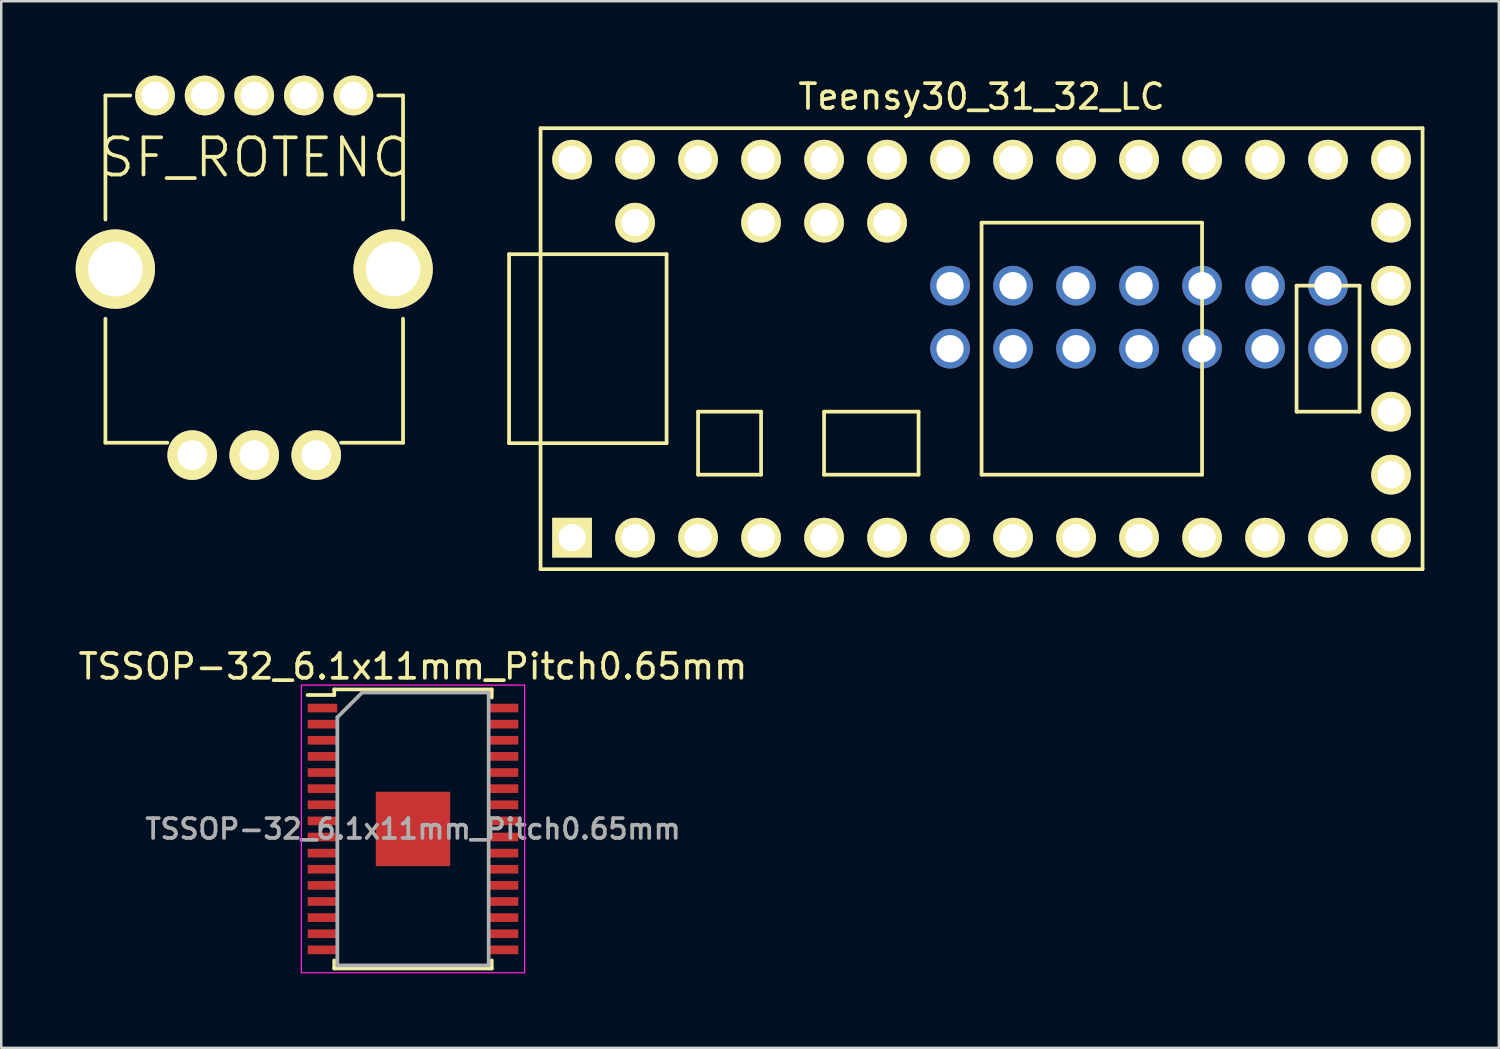
<source format=kicad_pcb>
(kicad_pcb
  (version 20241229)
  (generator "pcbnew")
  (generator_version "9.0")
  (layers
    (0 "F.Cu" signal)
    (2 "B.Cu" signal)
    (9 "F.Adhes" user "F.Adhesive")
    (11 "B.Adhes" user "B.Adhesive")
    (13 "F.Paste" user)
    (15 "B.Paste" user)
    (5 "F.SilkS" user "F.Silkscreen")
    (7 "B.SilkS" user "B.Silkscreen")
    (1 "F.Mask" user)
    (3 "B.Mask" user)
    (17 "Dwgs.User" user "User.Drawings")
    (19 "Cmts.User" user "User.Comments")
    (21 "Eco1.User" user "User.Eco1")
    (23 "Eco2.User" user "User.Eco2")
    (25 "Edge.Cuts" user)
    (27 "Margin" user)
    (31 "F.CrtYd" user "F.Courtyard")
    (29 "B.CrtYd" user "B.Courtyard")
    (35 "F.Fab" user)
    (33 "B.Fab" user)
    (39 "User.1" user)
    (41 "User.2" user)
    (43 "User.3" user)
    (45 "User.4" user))
  (footprint "SF_ROTENC"
    (layer "F.Cu")
    (at 7.2 0.8)
    (property "Reference" "SF_ROTENC" (at 0 2.5 0) (layer "F.SilkS") (effects (font (size 1.5 1.5) (thickness 0.15))))
    (attr through_hole)
    (fp_line (start -6 0) (end -6 5) (stroke (width 0.15) (type solid)) (layer "F.SilkS"))
    (fp_line (start -6 9) (end -6 14) (stroke (width 0.15) (type solid)) (layer "F.SilkS"))
    (fp_line (start -6 14) (end -3.5 14) (stroke (width 0.15) (type solid)) (layer "F.SilkS"))
    (fp_line (start -5 0) (end -6 0) (stroke (width 0.15) (type solid)) (layer "F.SilkS"))
    (fp_line (start 3.5 14) (end 6 14) (stroke (width 0.15) (type solid)) (layer "F.SilkS"))
    (fp_line (start 6 0) (end 5 0) (stroke (width 0.15) (type solid)) (layer "F.SilkS"))
    (fp_line (start 6 5) (end 6 0) (stroke (width 0.15) (type solid)) (layer "F.SilkS"))
    (fp_line (start 6 14) (end 6 9) (stroke (width 0.15) (type solid)) (layer "F.SilkS"))
    (pad "" thru_hole circle (at -5.6 7) (size 3.2 3.2) (drill 2.2) (layers "*.Cu" "*.Mask" "F.SilkS"))
    (pad "" thru_hole circle (at 5.6 7) (size 3.2 3.2) (drill 2.2) (layers "*.Cu" "*.Mask" "F.SilkS"))
    (pad "1" thru_hole circle (at -4 0) (size 1.6 1.6) (drill 1.1) (layers "*.Cu" "*.Mask" "F.SilkS"))
    (pad "2" thru_hole circle (at -2 0) (size 1.6 1.6) (drill 1.1) (layers "*.Cu" "*.Mask" "F.SilkS"))
    (pad "3" thru_hole circle (at 0 0) (size 1.6 1.6) (drill 1.1) (layers "*.Cu" "*.Mask" "F.SilkS"))
    (pad "4" thru_hole circle (at 2 0) (size 1.6 1.6) (drill 1.1) (layers "*.Cu" "*.Mask" "F.SilkS"))
    (pad "5" thru_hole circle (at 4 0) (size 1.6 1.6) (drill 1.1) (layers "*.Cu" "*.Mask" "F.SilkS"))
    (pad "A" thru_hole circle (at -2.5 14.5) (size 2 2) (drill 1.2) (layers "*.Cu" "*.Mask" "F.SilkS"))
    (pad "B" thru_hole circle (at 2.5 14.5) (size 2 2) (drill 1.2) (layers "*.Cu" "*.Mask" "F.SilkS"))
    (pad "C" thru_hole circle (at 0 14.5) (size 2 2) (drill 1.2) (layers "*.Cu" "*.Mask" "F.SilkS")))
  (footprint "Teensy30_31_32_LC"
    (layer "F.Cu")
    (at 36.525 11.008)
    (property "Reference" "Teensy30_31_32_LC" (at 0 -10.16 0) (layer "F.SilkS") (effects (font (size 1 1) (thickness 0.15))))
    (attr through_hole)
    (fp_line (start -19.05 -3.81) (end -17.78 -3.81) (stroke (width 0.15) (type solid)) (layer "F.SilkS"))
    (fp_line (start -19.05 3.81) (end -19.05 -3.81) (stroke (width 0.15) (type solid)) (layer "F.SilkS"))
    (fp_line (start -17.78 -8.89) (end 17.78 -8.89) (stroke (width 0.15) (type solid)) (layer "F.SilkS"))
    (fp_line (start -17.78 3.81) (end -19.05 3.81) (stroke (width 0.15) (type solid)) (layer "F.SilkS"))
    (fp_line (start -17.78 8.89) (end -17.78 -8.89) (stroke (width 0.15) (type solid)) (layer "F.SilkS"))
    (fp_line (start -12.7 -3.81) (end -17.78 -3.81) (stroke (width 0.15) (type solid)) (layer "F.SilkS"))
    (fp_line (start -12.7 3.81) (end -17.78 3.81) (stroke (width 0.15) (type solid)) (layer "F.SilkS"))
    (fp_line (start -12.7 3.81) (end -12.7 -3.81) (stroke (width 0.15) (type solid)) (layer "F.SilkS"))
    (fp_line (start -11.43 2.54) (end -11.43 5.08) (stroke (width 0.15) (type solid)) (layer "F.SilkS"))
    (fp_line (start -11.43 5.08) (end -8.89 5.08) (stroke (width 0.15) (type solid)) (layer "F.SilkS"))
    (fp_line (start -8.89 2.54) (end -11.43 2.54) (stroke (width 0.15) (type solid)) (layer "F.SilkS"))
    (fp_line (start -8.89 5.08) (end -8.89 2.54) (stroke (width 0.15) (type solid)) (layer "F.SilkS"))
    (fp_line (start -6.35 2.54) (end -6.35 5.08) (stroke (width 0.15) (type solid)) (layer "F.SilkS"))
    (fp_line (start -6.35 5.08) (end -2.54 5.08) (stroke (width 0.15) (type solid)) (layer "F.SilkS"))
    (fp_line (start -2.54 2.54) (end -6.35 2.54) (stroke (width 0.15) (type solid)) (layer "F.SilkS"))
    (fp_line (start -2.54 5.08) (end -2.54 2.54) (stroke (width 0.15) (type solid)) (layer "F.SilkS"))
    (fp_line (start 0 -5.08) (end 0 5.08) (stroke (width 0.15) (type solid)) (layer "F.SilkS"))
    (fp_line (start 8.89 -5.08) (end 0 -5.08) (stroke (width 0.15) (type solid)) (layer "F.SilkS"))
    (fp_line (start 8.89 5.08) (end 0 5.08) (stroke (width 0.15) (type solid)) (layer "F.SilkS"))
    (fp_line (start 8.89 5.08) (end 8.89 -5.08) (stroke (width 0.15) (type solid)) (layer "F.SilkS"))
    (fp_line (start 12.7 -2.54) (end 15.24 -2.54) (stroke (width 0.15) (type solid)) (layer "F.SilkS"))
    (fp_line (start 12.7 2.54) (end 12.7 -2.54) (stroke (width 0.15) (type solid)) (layer "F.SilkS"))
    (fp_line (start 15.24 -2.54) (end 15.24 2.54) (stroke (width 0.15) (type solid)) (layer "F.SilkS"))
    (fp_line (start 15.24 2.54) (end 12.7 2.54) (stroke (width 0.15) (type solid)) (layer "F.SilkS"))
    (fp_line (start 17.78 -8.89) (end 17.78 8.89) (stroke (width 0.15) (type solid)) (layer "F.SilkS"))
    (fp_line (start 17.78 8.89) (end -17.78 8.89) (stroke (width 0.15) (type solid)) (layer "F.SilkS"))
    (pad "1" thru_hole rect (at -16.51 7.62) (size 1.6 1.6) (drill 1.1) (layers "*.Cu" "*.Mask" "F.SilkS"))
    (pad "2" thru_hole circle (at -13.97 7.62) (size 1.6 1.6) (drill 1.1) (layers "*.Cu" "*.Mask" "F.SilkS"))
    (pad "3" thru_hole circle (at -11.43 7.62) (size 1.6 1.6) (drill 1.1) (layers "*.Cu" "*.Mask" "F.SilkS"))
    (pad "4" thru_hole circle (at -8.89 7.62) (size 1.6 1.6) (drill 1.1) (layers "*.Cu" "*.Mask" "F.SilkS"))
    (pad "5" thru_hole circle (at -6.35 7.62) (size 1.6 1.6) (drill 1.1) (layers "*.Cu" "*.Mask" "F.SilkS"))
    (pad "6" thru_hole circle (at -3.81 7.62) (size 1.6 1.6) (drill 1.1) (layers "*.Cu" "*.Mask" "F.SilkS"))
    (pad "7" thru_hole circle (at -1.27 7.62) (size 1.6 1.6) (drill 1.1) (layers "*.Cu" "*.Mask" "F.SilkS"))
    (pad "8" thru_hole circle (at 1.27 7.62) (size 1.6 1.6) (drill 1.1) (layers "*.Cu" "*.Mask" "F.SilkS"))
    (pad "9" thru_hole circle (at 3.81 7.62) (size 1.6 1.6) (drill 1.1) (layers "*.Cu" "*.Mask" "F.SilkS"))
    (pad "10" thru_hole circle (at 6.35 7.62) (size 1.6 1.6) (drill 1.1) (layers "*.Cu" "*.Mask" "F.SilkS"))
    (pad "11" thru_hole circle (at 8.89 7.62) (size 1.6 1.6) (drill 1.1) (layers "*.Cu" "*.Mask" "F.SilkS"))
    (pad "12" thru_hole circle (at 11.43 7.62) (size 1.6 1.6) (drill 1.1) (layers "*.Cu" "*.Mask" "F.SilkS"))
    (pad "13" thru_hole circle (at 13.97 7.62) (size 1.6 1.6) (drill 1.1) (layers "*.Cu" "*.Mask" "F.SilkS"))
    (pad "14" thru_hole circle (at 16.51 7.62) (size 1.6 1.6) (drill 1.1) (layers "*.Cu" "*.Mask" "F.SilkS"))
    (pad "15" thru_hole circle (at 16.51 5.08) (size 1.6 1.6) (drill 1.1) (layers "*.Cu" "*.Mask" "F.SilkS"))
    (pad "16" thru_hole circle (at 16.51 2.54) (size 1.6 1.6) (drill 1.1) (layers "*.Cu" "*.Mask" "F.SilkS"))
    (pad "17" thru_hole circle (at 16.51 0) (size 1.6 1.6) (drill 1.1) (layers "*.Cu" "*.Mask" "F.SilkS"))
    (pad "18" thru_hole circle (at 16.51 -2.54) (size 1.6 1.6) (drill 1.1) (layers "*.Cu" "*.Mask" "F.SilkS"))
    (pad "19" thru_hole circle (at 16.51 -5.08) (size 1.6 1.6) (drill 1.1) (layers "*.Cu" "*.Mask" "F.SilkS"))
    (pad "20" thru_hole circle (at 16.51 -7.62) (size 1.6 1.6) (drill 1.1) (layers "*.Cu" "*.Mask" "F.SilkS"))
    (pad "21" thru_hole circle (at 13.97 -7.62) (size 1.6 1.6) (drill 1.1) (layers "*.Cu" "*.Mask" "F.SilkS"))
    (pad "22" thru_hole circle (at 11.43 -7.62) (size 1.6 1.6) (drill 1.1) (layers "*.Cu" "*.Mask" "F.SilkS"))
    (pad "23" thru_hole circle (at 8.89 -7.62) (size 1.6 1.6) (drill 1.1) (layers "*.Cu" "*.Mask" "F.SilkS"))
    (pad "24" thru_hole circle (at 6.35 -7.62) (size 1.6 1.6) (drill 1.1) (layers "*.Cu" "*.Mask" "F.SilkS"))
    (pad "25" thru_hole circle (at 3.81 -7.62) (size 1.6 1.6) (drill 1.1) (layers "*.Cu" "*.Mask" "F.SilkS"))
    (pad "26" thru_hole circle (at 1.27 -7.62) (size 1.6 1.6) (drill 1.1) (layers "*.Cu" "*.Mask" "F.SilkS"))
    (pad "27" thru_hole circle (at -1.27 -7.62) (size 1.6 1.6) (drill 1.1) (layers "*.Cu" "*.Mask" "F.SilkS"))
    (pad "28" thru_hole circle (at -3.81 -7.62) (size 1.6 1.6) (drill 1.1) (layers "*.Cu" "*.Mask" "F.SilkS"))
    (pad "29" thru_hole circle (at -6.35 -7.62) (size 1.6 1.6) (drill 1.1) (layers "*.Cu" "*.Mask" "F.SilkS"))
    (pad "30" thru_hole circle (at -8.89 -7.62) (size 1.6 1.6) (drill 1.1) (layers "*.Cu" "*.Mask" "F.SilkS"))
    (pad "31" thru_hole circle (at -11.43 -7.62) (size 1.6 1.6) (drill 1.1) (layers "*.Cu" "*.Mask" "F.SilkS"))
    (pad "32" thru_hole circle (at -13.97 -7.62) (size 1.6 1.6) (drill 1.1) (layers "*.Cu" "*.Mask" "F.SilkS"))
    (pad "33" thru_hole circle (at -16.51 -7.62) (size 1.6 1.6) (drill 1.1) (layers "*.Cu" "*.Mask" "F.SilkS"))
    (pad "34" thru_hole circle (at -13.97 -5.08) (size 1.6 1.6) (drill 1.1) (layers "*.Cu" "*.Mask" "F.SilkS"))
    (pad "35" thru_hole circle (at -8.89 -5.08) (size 1.6 1.6) (drill 1.1) (layers "*.Cu" "*.Mask" "F.SilkS"))
    (pad "36" thru_hole circle (at -6.35 -5.08) (size 1.6 1.6) (drill 1.1) (layers "*.Cu" "*.Mask" "F.SilkS"))
    (pad "37" thru_hole circle (at -3.81 -5.08) (size 1.6 1.6) (drill 1.1) (layers "*.Cu" "*.Mask" "F.SilkS"))
    (pad "38" thru_hole circle (at -1.27 0) (size 1.6 1.6) (drill 1.1) (layers "*.Cu" "*.Mask"))
    (pad "39" thru_hole circle (at 1.27 0) (size 1.6 1.6) (drill 1.1) (layers "*.Cu" "*.Mask"))
    (pad "40" thru_hole circle (at 3.81 0) (size 1.6 1.6) (drill 1.1) (layers "*.Cu" "*.Mask"))
    (pad "41" thru_hole circle (at 6.35 0) (size 1.6 1.6) (drill 1.1) (layers "*.Cu" "*.Mask"))
    (pad "42" thru_hole circle (at 8.89 0) (size 1.6 1.6) (drill 1.1) (layers "*.Cu" "*.Mask"))
    (pad "43" thru_hole circle (at 11.43 0) (size 1.6 1.6) (drill 1.1) (layers "*.Cu" "*.Mask"))
    (pad "44" thru_hole circle (at 13.97 0) (size 1.6 1.6) (drill 1.1) (layers "*.Cu" "*.Mask"))
    (pad "45" thru_hole circle (at 13.97 -2.54) (size 1.6 1.6) (drill 1.1) (layers "*.Cu" "*.Mask"))
    (pad "46" thru_hole circle (at 11.43 -2.54) (size 1.6 1.6) (drill 1.1) (layers "*.Cu" "*.Mask"))
    (pad "47" thru_hole circle (at 8.89 -2.54) (size 1.6 1.6) (drill 1.1) (layers "*.Cu" "*.Mask"))
    (pad "48" thru_hole circle (at 6.35 -2.54) (size 1.6 1.6) (drill 1.1) (layers "*.Cu" "*.Mask"))
    (pad "49" thru_hole circle (at 3.81 -2.54) (size 1.6 1.6) (drill 1.1) (layers "*.Cu" "*.Mask"))
    (pad "50" thru_hole circle (at 1.27 -2.54) (size 1.6 1.6) (drill 1.1) (layers "*.Cu" "*.Mask"))
    (pad "51" thru_hole circle (at -1.27 -2.54) (size 1.6 1.6) (drill 1.1) (layers "*.Cu" "*.Mask")))
  (footprint "TSSOP-32_6.1x11mm_Pitch0.65mm"
    (layer "F.Cu")
    (at 13.601 30.372)
    (property "Reference" "TSSOP-32_6.1x11mm_Pitch0.65mm" (at 0 -6.55 0) (layer "F.SilkS") (effects (font (size 1 1) (thickness 0.15))))
    (attr smd)
    (fp_line (start -3.175 -5.625) (end -3.175 -5.4) (stroke (width 0.15) (type solid)) (layer "F.SilkS"))
    (fp_line (start -3.175 -5.625) (end 3.175 -5.625) (stroke (width 0.15) (type solid)) (layer "F.SilkS"))
    (fp_line (start -3.175 -5.4) (end -4.25 -5.4) (stroke (width 0.15) (type solid)) (layer "F.SilkS"))
    (fp_line (start -3.175 5.625) (end -3.175 5.3) (stroke (width 0.15) (type solid)) (layer "F.SilkS"))
    (fp_line (start -3.175 5.625) (end 3.175 5.625) (stroke (width 0.15) (type solid)) (layer "F.SilkS"))
    (fp_line (start 3.175 -5.625) (end 3.175 -5.3) (stroke (width 0.15) (type solid)) (layer "F.SilkS"))
    (fp_line (start 3.175 5.625) (end 3.175 5.3) (stroke (width 0.15) (type solid)) (layer "F.SilkS"))
    (fp_line (start -4.5 -5.8) (end -4.5 5.8) (stroke (width 0.05) (type solid)) (layer "F.CrtYd"))
    (fp_line (start -4.5 -5.8) (end 4.5 -5.8) (stroke (width 0.05) (type solid)) (layer "F.CrtYd"))
    (fp_line (start -4.5 5.8) (end 4.5 5.8) (stroke (width 0.05) (type solid)) (layer "F.CrtYd"))
    (fp_line (start 4.5 -5.8) (end 4.5 5.8) (stroke (width 0.05) (type solid)) (layer "F.CrtYd"))
    (fp_line (start -3.05 -4.5) (end -2.05 -5.5) (stroke (width 0.15) (type solid)) (layer "F.Fab"))
    (fp_line (start -3.05 5.5) (end -3.05 -4.5) (stroke (width 0.15) (type solid)) (layer "F.Fab"))
    (fp_line (start -2.05 -5.5) (end 3.05 -5.5) (stroke (width 0.15) (type solid)) (layer "F.Fab"))
    (fp_line (start 3.05 -5.5) (end 3.05 5.5) (stroke (width 0.15) (type solid)) (layer "F.Fab"))
    (fp_line (start 3.05 5.5) (end -3.05 5.5) (stroke (width 0.15) (type solid)) (layer "F.Fab"))
    (fp_text user "${REFERENCE}" (at 0 0 0) (layer "F.Fab") (effects (font (size 0.8 0.8) (thickness 0.15))))
    (pad "1" smd rect (at -3.65 -4.875) (size 1.19 0.35) (layers "F.Cu" "F.Mask" "F.Paste"))
    (pad "1" smd rect (at 0 0) (size 3 3) (layers "F.Cu" "F.Mask" "F.Paste"))
    (pad "2" smd rect (at -3.65 -4.225) (size 1.19 0.35) (layers "F.Cu" "F.Mask" "F.Paste"))
    (pad "3" smd rect (at -3.65 -3.575) (size 1.19 0.35) (layers "F.Cu" "F.Mask" "F.Paste"))
    (pad "4" smd rect (at -3.65 -2.925) (size 1.19 0.35) (layers "F.Cu" "F.Mask" "F.Paste"))
    (pad "5" smd rect (at -3.65 -2.275) (size 1.19 0.35) (layers "F.Cu" "F.Mask" "F.Paste"))
    (pad "6" smd rect (at -3.65 -1.625) (size 1.19 0.35) (layers "F.Cu" "F.Mask" "F.Paste"))
    (pad "7" smd rect (at -3.65 -0.975) (size 1.19 0.35) (layers "F.Cu" "F.Mask" "F.Paste"))
    (pad "8" smd rect (at -3.65 -0.325) (size 1.19 0.35) (layers "F.Cu" "F.Mask" "F.Paste"))
    (pad "9" smd rect (at -3.65 0.325) (size 1.19 0.35) (layers "F.Cu" "F.Mask" "F.Paste"))
    (pad "10" smd rect (at -3.65 0.975) (size 1.19 0.35) (layers "F.Cu" "F.Mask" "F.Paste"))
    (pad "11" smd rect (at -3.65 1.625) (size 1.19 0.35) (layers "F.Cu" "F.Mask" "F.Paste"))
    (pad "12" smd rect (at -3.65 2.275) (size 1.19 0.35) (layers "F.Cu" "F.Mask" "F.Paste"))
    (pad "13" smd rect (at -3.65 2.925) (size 1.19 0.35) (layers "F.Cu" "F.Mask" "F.Paste"))
    (pad "14" smd rect (at -3.65 3.575) (size 1.19 0.35) (layers "F.Cu" "F.Mask" "F.Paste"))
    (pad "15" smd rect (at -3.65 4.225) (size 1.19 0.35) (layers "F.Cu" "F.Mask" "F.Paste"))
    (pad "16" smd rect (at -3.65 4.875) (size 1.19 0.35) (layers "F.Cu" "F.Mask" "F.Paste"))
    (pad "17" smd rect (at 3.65 4.875) (size 1.19 0.35) (layers "F.Cu" "F.Mask" "F.Paste"))
    (pad "18" smd rect (at 3.65 4.225) (size 1.19 0.35) (layers "F.Cu" "F.Mask" "F.Paste"))
    (pad "19" smd rect (at 3.65 3.575) (size 1.19 0.35) (layers "F.Cu" "F.Mask" "F.Paste"))
    (pad "20" smd rect (at 3.65 2.925) (size 1.19 0.35) (layers "F.Cu" "F.Mask" "F.Paste"))
    (pad "21" smd rect (at 3.65 2.275) (size 1.19 0.35) (layers "F.Cu" "F.Mask" "F.Paste"))
    (pad "22" smd rect (at 3.65 1.625) (size 1.19 0.35) (layers "F.Cu" "F.Mask" "F.Paste"))
    (pad "23" smd rect (at 3.65 0.975) (size 1.19 0.35) (layers "F.Cu" "F.Mask" "F.Paste"))
    (pad "24" smd rect (at 3.65 0.325) (size 1.19 0.35) (layers "F.Cu" "F.Mask" "F.Paste"))
    (pad "25" smd rect (at 3.65 -0.325) (size 1.19 0.35) (layers "F.Cu" "F.Mask" "F.Paste"))
    (pad "26" smd rect (at 3.65 -0.975) (size 1.19 0.35) (layers "F.Cu" "F.Mask" "F.Paste"))
    (pad "27" smd rect (at 3.65 -1.625) (size 1.19 0.35) (layers "F.Cu" "F.Mask" "F.Paste"))
    (pad "28" smd rect (at 3.65 -2.275) (size 1.19 0.35) (layers "F.Cu" "F.Mask" "F.Paste"))
    (pad "29" smd rect (at 3.65 -2.925) (size 1.19 0.35) (layers "F.Cu" "F.Mask" "F.Paste"))
    (pad "30" smd rect (at 3.65 -3.575) (size 1.19 0.35) (layers "F.Cu" "F.Mask" "F.Paste"))
    (pad "31" smd rect (at 3.65 -4.225) (size 1.19 0.35) (layers "F.Cu" "F.Mask" "F.Paste"))
    (pad "32" smd rect (at 3.65 -4.875) (size 1.19 0.35) (layers "F.Cu" "F.Mask" "F.Paste")))
  (gr_rect
    (start -3 -3)
    (end 57.38 39.197)
    (stroke (width 0.1) (type default))
    (fill no)
    (layer "Edge.Cuts")))
</source>
